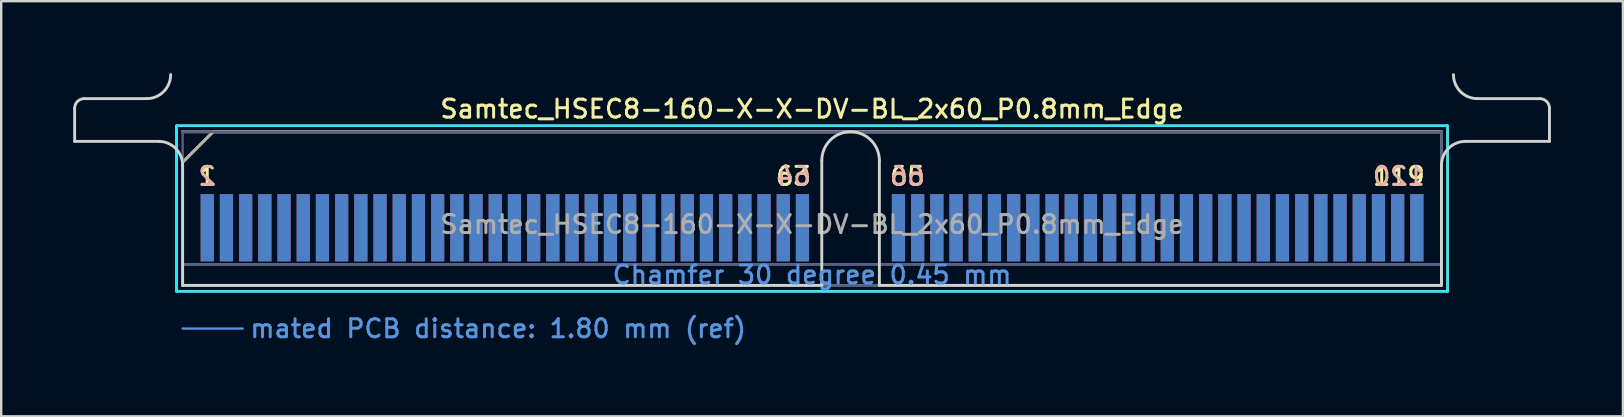
<source format=kicad_pcb>
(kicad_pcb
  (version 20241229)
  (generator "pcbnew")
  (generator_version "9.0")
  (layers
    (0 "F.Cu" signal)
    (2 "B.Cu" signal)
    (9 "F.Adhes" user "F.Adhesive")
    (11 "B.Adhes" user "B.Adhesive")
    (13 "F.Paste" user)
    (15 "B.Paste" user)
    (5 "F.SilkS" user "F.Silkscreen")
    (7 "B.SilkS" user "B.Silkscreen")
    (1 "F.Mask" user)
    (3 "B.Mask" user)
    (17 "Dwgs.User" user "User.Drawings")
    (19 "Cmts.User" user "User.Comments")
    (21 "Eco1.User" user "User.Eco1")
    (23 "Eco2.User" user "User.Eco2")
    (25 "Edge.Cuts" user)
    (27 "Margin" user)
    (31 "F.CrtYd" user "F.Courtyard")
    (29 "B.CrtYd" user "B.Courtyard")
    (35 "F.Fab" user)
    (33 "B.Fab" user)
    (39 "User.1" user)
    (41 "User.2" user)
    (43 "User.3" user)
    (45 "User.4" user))
  (footprint "Samtec_HSEC8-160-X-X-DV-BL_2x60_P0.8mm_Edge"
    (layer "F.Cu")
    (at 30.785 8.84)
    (property "Reference" "Samtec_HSEC8-160-X-X-DV-BL_2x60_P0.8mm_Edge" (at 0 -7.35 0) (layer "F.SilkS") (effects (font (size 0.75 0.75) (thickness 0.125))))
    (attr exclude_from_pos_files exclude_from_bom)
    (fp_line (start -26.48 -6.65) (end -26.48 0.25) (stroke (width 0.1) (type solid)) (layer "F.SilkS"))
    (fp_line (start -26.48 0.25) (end 26.48 0.25) (stroke (width 0.1) (type solid)) (layer "F.SilkS"))
    (fp_line (start -26.225 -5.13) (end -24.955 -6.4) (stroke (width 0.12) (type solid)) (layer "F.SilkS"))
    (fp_line (start -24.955 -6.4) (end 26.225 -6.4) (stroke (width 0.12) (type solid)) (layer "F.SilkS"))
    (fp_line (start 26.48 -6.65) (end -26.48 -6.65) (stroke (width 0.1) (type solid)) (layer "F.SilkS"))
    (fp_line (start 26.48 0.25) (end 26.48 -6.65) (stroke (width 0.1) (type solid)) (layer "F.SilkS"))
    (fp_line (start -26.225 -6.4) (end -26.225 -6.4) (stroke (width 0.12) (type solid)) (layer "B.SilkS"))
    (fp_line (start -26.225 -6.4) (end 26.225 -6.4) (stroke (width 0.12) (type solid)) (layer "B.SilkS"))
    (fp_line (start -26.225 1.8) (end -23.725 1.8) (stroke (width 0.1) (type solid)) (layer "Cmts.User"))
    (fp_line (start -30.725 -6) (end -30.725 -7.38) (stroke (width 0.12) (type solid)) (layer "Edge.Cuts"))
    (fp_line (start -30.325 -7.78) (end -27.725 -7.78) (stroke (width 0.12) (type solid)) (layer "Edge.Cuts"))
    (fp_line (start -27.225 -6) (end -30.725 -6) (stroke (width 0.12) (type solid)) (layer "Edge.Cuts"))
    (fp_line (start -26.225 -5) (end -26.225 0) (stroke (width 0.12) (type solid)) (layer "Edge.Cuts"))
    (fp_line (start -26.225 0) (end 0.405 0) (stroke (width 0.12) (type solid)) (layer "Edge.Cuts"))
    (fp_line (start 0.405 0) (end 0.405 -5.2) (stroke (width 0.12) (type solid)) (layer "Edge.Cuts"))
    (fp_line (start 2.805 -5.2) (end 2.805 0) (stroke (width 0.12) (type solid)) (layer "Edge.Cuts"))
    (fp_line (start 2.805 0) (end 26.225 0) (stroke (width 0.12) (type solid)) (layer "Edge.Cuts"))
    (fp_line (start 26.225 0) (end 26.225 -5) (stroke (width 0.12) (type solid)) (layer "Edge.Cuts"))
    (fp_line (start 27.225 -6) (end 30.725 -6) (stroke (width 0.12) (type solid)) (layer "Edge.Cuts"))
    (fp_line (start 30.325 -7.78) (end 27.725 -7.78) (stroke (width 0.12) (type solid)) (layer "Edge.Cuts"))
    (fp_line (start 30.725 -6) (end 30.725 -7.38) (stroke (width 0.12) (type solid)) (layer "Edge.Cuts"))
    (fp_arc (start -30.725 -7.38) (mid -30.607843 -7.662843) (end -30.325 -7.78) (stroke (width 0.12) (type solid)) (layer "Edge.Cuts"))
    (fp_arc (start -27.225 -6) (mid -26.517893 -5.707107) (end -26.225 -5) (stroke (width 0.12) (type solid)) (layer "Edge.Cuts"))
    (fp_arc (start -26.725 -8.78) (mid -27.017893 -8.072893) (end -27.725 -7.78) (stroke (width 0.12) (type solid)) (layer "Edge.Cuts"))
    (fp_arc (start 0.405 -5.2) (mid 1.605 -6.4) (end 2.805 -5.2) (stroke (width 0.12) (type solid)) (layer "Edge.Cuts"))
    (fp_arc (start 26.225 -5) (mid 26.517893 -5.707107) (end 27.225 -6) (stroke (width 0.12) (type solid)) (layer "Edge.Cuts"))
    (fp_arc (start 27.725 -7.78) (mid 27.017893 -8.072893) (end 26.725 -8.78) (stroke (width 0.12) (type solid)) (layer "Edge.Cuts"))
    (fp_arc (start 30.325 -7.78) (mid 30.607843 -7.662843) (end 30.725 -7.38) (stroke (width 0.12) (type solid)) (layer "Edge.Cuts"))
    (fp_line (start -26.48 -6.65) (end -26.48 0.25) (stroke (width 0.1) (type solid)) (layer "B.CrtYd"))
    (fp_line (start -26.48 0.25) (end 26.48 0.25) (stroke (width 0.1) (type solid)) (layer "B.CrtYd"))
    (fp_line (start 26.48 -6.65) (end -26.48 -6.65) (stroke (width 0.1) (type solid)) (layer "B.CrtYd"))
    (fp_line (start 26.48 0.25) (end 26.48 -6.65) (stroke (width 0.1) (type solid)) (layer "B.CrtYd"))
    (fp_line (start -26.225 -6.4) (end -26.225 -6.4) (stroke (width 0.1) (type solid)) (layer "B.Fab"))
    (fp_line (start -26.225 -6.4) (end -26.225 0) (stroke (width 0.1) (type solid)) (layer "B.Fab"))
    (fp_line (start -26.225 -6.4) (end 26.225 -6.4) (stroke (width 0.1) (type solid)) (layer "B.Fab"))
    (fp_line (start -26.225 -0.88) (end 26.225 -0.88) (stroke (width 0.1) (type solid)) (layer "B.Fab"))
    (fp_line (start -26.225 0) (end 26.225 0) (stroke (width 0.1) (type solid)) (layer "B.Fab"))
    (fp_line (start 26.225 -6.4) (end 26.225 0) (stroke (width 0.1) (type solid)) (layer "B.Fab"))
    (fp_line (start -26.225 -5.13) (end -26.225 0) (stroke (width 0.1) (type solid)) (layer "F.Fab"))
    (fp_line (start -26.225 -5.13) (end -24.955 -6.4) (stroke (width 0.1) (type solid)) (layer "F.Fab"))
    (fp_line (start -26.225 -0.88) (end 26.225 -0.88) (stroke (width 0.1) (type solid)) (layer "F.Fab"))
    (fp_line (start -26.225 0) (end 26.225 0) (stroke (width 0.1) (type solid)) (layer "F.Fab"))
    (fp_line (start -24.955 -6.4) (end 26.225 -6.4) (stroke (width 0.1) (type solid)) (layer "F.Fab"))
    (fp_line (start 26.225 -6.4) (end 26.225 0) (stroke (width 0.1) (type solid)) (layer "F.Fab"))
    (fp_text user "63" (at -0.775 -4.55 0) (layer "F.SilkS") (effects (font (size 0.75 0.75) (thickness 0.125))))
    (fp_text user "65" (at 3.975 -4.55 0) (layer "F.SilkS") (effects (font (size 0.75 0.75) (thickness 0.125))))
    (fp_text user "1" (at -25.2 -4.55 0) (layer "F.SilkS") (effects (font (size 0.75 0.75) (thickness 0.125))))
    (fp_text user "119" (at 24.45 -4.55 0) (layer "F.SilkS") (effects (font (size 0.75 0.75) (thickness 0.125))))
    (fp_text user "2" (at -25.2 -4.55 0) (layer "B.SilkS") (effects (font (size 0.75 0.75) (thickness 0.125)) (justify mirror)))
    (fp_text user "66" (at 3.975 -4.55 0) (layer "B.SilkS") (effects (font (size 0.75 0.75) (thickness 0.125)) (justify mirror)))
    (fp_text user "120" (at 24.45 -4.55 0) (layer "B.SilkS") (effects (font (size 0.75 0.75) (thickness 0.125)) (justify mirror)))
    (fp_text user "64" (at -0.775 -4.55 0) (layer "B.SilkS") (effects (font (size 0.75 0.75) (thickness 0.125)) (justify mirror)))
    (fp_text user "mated PCB distance: 1.80 mm (ref)" (at -23.48 1.8 0) (layer "Cmts.User") (effects (font (size 0.75 0.75) (thickness 0.125)) (justify left)))
    (fp_text user "Chamfer 30 degree 0.45 mm" (at 0 -0.44 0) (layer "Cmts.User") (effects (font (size 0.75 0.75) (thickness 0.125))))
    (fp_text user "${REFERENCE}" (at 0 -2.54 0) (layer "F.Fab") (effects (font (size 0.75 0.75) (thickness 0.125))))
    (pad "1" connect rect (at -25.2 -2.4) (size 0.55 2.8) (layers "F.Cu" "F.Mask"))
    (pad "2" connect rect (at -25.2 -2.4) (size 0.55 2.8) (layers "B.Cu" "B.Mask"))
    (pad "3" connect rect (at -24.4 -2.4) (size 0.55 2.8) (layers "F.Cu" "F.Mask"))
    (pad "4" connect rect (at -24.4 -2.4) (size 0.55 2.8) (layers "B.Cu" "B.Mask"))
    (pad "5" connect rect (at -23.6 -2.4) (size 0.55 2.8) (layers "F.Cu" "F.Mask"))
    (pad "6" connect rect (at -23.6 -2.4) (size 0.55 2.8) (layers "B.Cu" "B.Mask"))
    (pad "7" connect rect (at -22.8 -2.4) (size 0.55 2.8) (layers "F.Cu" "F.Mask"))
    (pad "8" connect rect (at -22.8 -2.4) (size 0.55 2.8) (layers "B.Cu" "B.Mask"))
    (pad "9" connect rect (at -22 -2.4) (size 0.55 2.8) (layers "F.Cu" "F.Mask"))
    (pad "10" connect rect (at -22 -2.4) (size 0.55 2.8) (layers "B.Cu" "B.Mask"))
    (pad "11" connect rect (at -21.2 -2.4) (size 0.55 2.8) (layers "F.Cu" "F.Mask"))
    (pad "12" connect rect (at -21.2 -2.4) (size 0.55 2.8) (layers "B.Cu" "B.Mask"))
    (pad "13" connect rect (at -20.4 -2.4) (size 0.55 2.8) (layers "F.Cu" "F.Mask"))
    (pad "14" connect rect (at -20.4 -2.4) (size 0.55 2.8) (layers "B.Cu" "B.Mask"))
    (pad "15" connect rect (at -19.6 -2.4) (size 0.55 2.8) (layers "F.Cu" "F.Mask"))
    (pad "16" connect rect (at -19.6 -2.4) (size 0.55 2.8) (layers "B.Cu" "B.Mask"))
    (pad "17" connect rect (at -18.8 -2.4) (size 0.55 2.8) (layers "F.Cu" "F.Mask"))
    (pad "18" connect rect (at -18.8 -2.4) (size 0.55 2.8) (layers "B.Cu" "B.Mask"))
    (pad "19" connect rect (at -18 -2.4) (size 0.55 2.8) (layers "F.Cu" "F.Mask"))
    (pad "20" connect rect (at -18 -2.4) (size 0.55 2.8) (layers "B.Cu" "B.Mask"))
    (pad "21" connect rect (at -17.2 -2.4) (size 0.55 2.8) (layers "F.Cu" "F.Mask"))
    (pad "22" connect rect (at -17.2 -2.4) (size 0.55 2.8) (layers "B.Cu" "B.Mask"))
    (pad "23" connect rect (at -16.4 -2.4) (size 0.55 2.8) (layers "F.Cu" "F.Mask"))
    (pad "24" connect rect (at -16.4 -2.4) (size 0.55 2.8) (layers "B.Cu" "B.Mask"))
    (pad "25" connect rect (at -15.6 -2.4) (size 0.55 2.8) (layers "F.Cu" "F.Mask"))
    (pad "26" connect rect (at -15.6 -2.4) (size 0.55 2.8) (layers "B.Cu" "B.Mask"))
    (pad "27" connect rect (at -14.8 -2.4) (size 0.55 2.8) (layers "F.Cu" "F.Mask"))
    (pad "28" connect rect (at -14.8 -2.4) (size 0.55 2.8) (layers "B.Cu" "B.Mask"))
    (pad "29" connect rect (at -14 -2.4) (size 0.55 2.8) (layers "F.Cu" "F.Mask"))
    (pad "30" connect rect (at -14 -2.4) (size 0.55 2.8) (layers "B.Cu" "B.Mask"))
    (pad "31" connect rect (at -13.2 -2.4) (size 0.55 2.8) (layers "F.Cu" "F.Mask"))
    (pad "32" connect rect (at -13.2 -2.4) (size 0.55 2.8) (layers "B.Cu" "B.Mask"))
    (pad "33" connect rect (at -12.4 -2.4) (size 0.55 2.8) (layers "F.Cu" "F.Mask"))
    (pad "34" connect rect (at -12.4 -2.4) (size 0.55 2.8) (layers "B.Cu" "B.Mask"))
    (pad "35" connect rect (at -11.6 -2.4) (size 0.55 2.8) (layers "F.Cu" "F.Mask"))
    (pad "36" connect rect (at -11.6 -2.4) (size 0.55 2.8) (layers "B.Cu" "B.Mask"))
    (pad "37" connect rect (at -10.8 -2.4) (size 0.55 2.8) (layers "F.Cu" "F.Mask"))
    (pad "38" connect rect (at -10.8 -2.4) (size 0.55 2.8) (layers "B.Cu" "B.Mask"))
    (pad "39" connect rect (at -10 -2.4) (size 0.55 2.8) (layers "F.Cu" "F.Mask"))
    (pad "40" connect rect (at -10 -2.4) (size 0.55 2.8) (layers "B.Cu" "B.Mask"))
    (pad "41" connect rect (at -9.2 -2.4) (size 0.55 2.8) (layers "F.Cu" "F.Mask"))
    (pad "42" connect rect (at -9.2 -2.4) (size 0.55 2.8) (layers "B.Cu" "B.Mask"))
    (pad "43" connect rect (at -8.4 -2.4) (size 0.55 2.8) (layers "F.Cu" "F.Mask"))
    (pad "44" connect rect (at -8.4 -2.4) (size 0.55 2.8) (layers "B.Cu" "B.Mask"))
    (pad "45" connect rect (at -7.6 -2.4) (size 0.55 2.8) (layers "F.Cu" "F.Mask"))
    (pad "46" connect rect (at -7.6 -2.4) (size 0.55 2.8) (layers "B.Cu" "B.Mask"))
    (pad "47" connect rect (at -6.8 -2.4) (size 0.55 2.8) (layers "F.Cu" "F.Mask"))
    (pad "48" connect rect (at -6.8 -2.4) (size 0.55 2.8) (layers "B.Cu" "B.Mask"))
    (pad "49" connect rect (at -6 -2.4) (size 0.55 2.8) (layers "F.Cu" "F.Mask"))
    (pad "50" connect rect (at -6 -2.4) (size 0.55 2.8) (layers "B.Cu" "B.Mask"))
    (pad "51" connect rect (at -5.2 -2.4) (size 0.55 2.8) (layers "F.Cu" "F.Mask"))
    (pad "52" connect rect (at -5.2 -2.4) (size 0.55 2.8) (layers "B.Cu" "B.Mask"))
    (pad "53" connect rect (at -4.4 -2.4) (size 0.55 2.8) (layers "F.Cu" "F.Mask"))
    (pad "54" connect rect (at -4.4 -2.4) (size 0.55 2.8) (layers "B.Cu" "B.Mask"))
    (pad "55" connect rect (at -3.6 -2.4) (size 0.55 2.8) (layers "F.Cu" "F.Mask"))
    (pad "56" connect rect (at -3.6 -2.4) (size 0.55 2.8) (layers "B.Cu" "B.Mask"))
    (pad "57" connect rect (at -2.8 -2.4) (size 0.55 2.8) (layers "F.Cu" "F.Mask"))
    (pad "58" connect rect (at -2.8 -2.4) (size 0.55 2.8) (layers "B.Cu" "B.Mask"))
    (pad "59" connect rect (at -2 -2.4) (size 0.55 2.8) (layers "F.Cu" "F.Mask"))
    (pad "60" connect rect (at -2 -2.4) (size 0.55 2.8) (layers "B.Cu" "B.Mask"))
    (pad "61" connect rect (at -1.2 -2.4) (size 0.55 2.8) (layers "F.Cu" "F.Mask"))
    (pad "62" connect rect (at -1.2 -2.4) (size 0.55 2.8) (layers "B.Cu" "B.Mask"))
    (pad "63" connect rect (at -0.4 -2.4) (size 0.55 2.8) (layers "F.Cu" "F.Mask"))
    (pad "64" connect rect (at -0.4 -2.4) (size 0.55 2.8) (layers "B.Cu" "B.Mask"))
    (pad "65" connect rect (at 3.6 -2.4) (size 0.55 2.8) (layers "F.Cu" "F.Mask"))
    (pad "66" connect rect (at 3.6 -2.4) (size 0.55 2.8) (layers "B.Cu" "B.Mask"))
    (pad "67" connect rect (at 4.4 -2.4) (size 0.55 2.8) (layers "F.Cu" "F.Mask"))
    (pad "68" connect rect (at 4.4 -2.4) (size 0.55 2.8) (layers "B.Cu" "B.Mask"))
    (pad "69" connect rect (at 5.2 -2.4) (size 0.55 2.8) (layers "F.Cu" "F.Mask"))
    (pad "70" connect rect (at 5.2 -2.4) (size 0.55 2.8) (layers "B.Cu" "B.Mask"))
    (pad "71" connect rect (at 6 -2.4) (size 0.55 2.8) (layers "F.Cu" "F.Mask"))
    (pad "72" connect rect (at 6 -2.4) (size 0.55 2.8) (layers "B.Cu" "B.Mask"))
    (pad "73" connect rect (at 6.8 -2.4) (size 0.55 2.8) (layers "F.Cu" "F.Mask"))
    (pad "74" connect rect (at 6.8 -2.4) (size 0.55 2.8) (layers "B.Cu" "B.Mask"))
    (pad "75" connect rect (at 7.6 -2.4) (size 0.55 2.8) (layers "F.Cu" "F.Mask"))
    (pad "76" connect rect (at 7.6 -2.4) (size 0.55 2.8) (layers "B.Cu" "B.Mask"))
    (pad "77" connect rect (at 8.4 -2.4) (size 0.55 2.8) (layers "F.Cu" "F.Mask"))
    (pad "78" connect rect (at 8.4 -2.4) (size 0.55 2.8) (layers "B.Cu" "B.Mask"))
    (pad "79" connect rect (at 9.2 -2.4) (size 0.55 2.8) (layers "F.Cu" "F.Mask"))
    (pad "80" connect rect (at 9.2 -2.4) (size 0.55 2.8) (layers "B.Cu" "B.Mask"))
    (pad "81" connect rect (at 10 -2.4) (size 0.55 2.8) (layers "F.Cu" "F.Mask"))
    (pad "82" connect rect (at 10 -2.4) (size 0.55 2.8) (layers "B.Cu" "B.Mask"))
    (pad "83" connect rect (at 10.8 -2.4) (size 0.55 2.8) (layers "F.Cu" "F.Mask"))
    (pad "84" connect rect (at 10.8 -2.4) (size 0.55 2.8) (layers "B.Cu" "B.Mask"))
    (pad "85" connect rect (at 11.6 -2.4) (size 0.55 2.8) (layers "F.Cu" "F.Mask"))
    (pad "86" connect rect (at 11.6 -2.4) (size 0.55 2.8) (layers "B.Cu" "B.Mask"))
    (pad "87" connect rect (at 12.4 -2.4) (size 0.55 2.8) (layers "F.Cu" "F.Mask"))
    (pad "88" connect rect (at 12.4 -2.4) (size 0.55 2.8) (layers "B.Cu" "B.Mask"))
    (pad "89" connect rect (at 13.2 -2.4) (size 0.55 2.8) (layers "F.Cu" "F.Mask"))
    (pad "90" connect rect (at 13.2 -2.4) (size 0.55 2.8) (layers "B.Cu" "B.Mask"))
    (pad "91" connect rect (at 14 -2.4) (size 0.55 2.8) (layers "F.Cu" "F.Mask"))
    (pad "92" connect rect (at 14 -2.4) (size 0.55 2.8) (layers "B.Cu" "B.Mask"))
    (pad "93" connect rect (at 14.8 -2.4) (size 0.55 2.8) (layers "F.Cu" "F.Mask"))
    (pad "94" connect rect (at 14.8 -2.4) (size 0.55 2.8) (layers "B.Cu" "B.Mask"))
    (pad "95" connect rect (at 15.6 -2.4) (size 0.55 2.8) (layers "F.Cu" "F.Mask"))
    (pad "96" connect rect (at 15.6 -2.4) (size 0.55 2.8) (layers "B.Cu" "B.Mask"))
    (pad "97" connect rect (at 16.4 -2.4) (size 0.55 2.8) (layers "F.Cu" "F.Mask"))
    (pad "98" connect rect (at 16.4 -2.4) (size 0.55 2.8) (layers "B.Cu" "B.Mask"))
    (pad "99" connect rect (at 17.2 -2.4) (size 0.55 2.8) (layers "F.Cu" "F.Mask"))
    (pad "100" connect rect (at 17.2 -2.4) (size 0.55 2.8) (layers "B.Cu" "B.Mask"))
    (pad "101" connect rect (at 18 -2.4) (size 0.55 2.8) (layers "F.Cu" "F.Mask"))
    (pad "102" connect rect (at 18 -2.4) (size 0.55 2.8) (layers "B.Cu" "B.Mask"))
    (pad "103" connect rect (at 18.8 -2.4) (size 0.55 2.8) (layers "F.Cu" "F.Mask"))
    (pad "104" connect rect (at 18.8 -2.4) (size 0.55 2.8) (layers "B.Cu" "B.Mask"))
    (pad "105" connect rect (at 19.6 -2.4) (size 0.55 2.8) (layers "F.Cu" "F.Mask"))
    (pad "106" connect rect (at 19.6 -2.4) (size 0.55 2.8) (layers "B.Cu" "B.Mask"))
    (pad "107" connect rect (at 20.4 -2.4) (size 0.55 2.8) (layers "F.Cu" "F.Mask"))
    (pad "108" connect rect (at 20.4 -2.4) (size 0.55 2.8) (layers "B.Cu" "B.Mask"))
    (pad "109" connect rect (at 21.2 -2.4) (size 0.55 2.8) (layers "F.Cu" "F.Mask"))
    (pad "110" connect rect (at 21.2 -2.4) (size 0.55 2.8) (layers "B.Cu" "B.Mask"))
    (pad "111" connect rect (at 22 -2.4) (size 0.55 2.8) (layers "F.Cu" "F.Mask"))
    (pad "112" connect rect (at 22 -2.4) (size 0.55 2.8) (layers "B.Cu" "B.Mask"))
    (pad "113" connect rect (at 22.8 -2.4) (size 0.55 2.8) (layers "F.Cu" "F.Mask"))
    (pad "114" connect rect (at 22.8 -2.4) (size 0.55 2.8) (layers "B.Cu" "B.Mask"))
    (pad "115" connect rect (at 23.6 -2.4) (size 0.55 2.8) (layers "F.Cu" "F.Mask"))
    (pad "116" connect rect (at 23.6 -2.4) (size 0.55 2.8) (layers "B.Cu" "B.Mask"))
    (pad "117" connect rect (at 24.4 -2.4) (size 0.55 2.8) (layers "F.Cu" "F.Mask"))
    (pad "118" connect rect (at 24.4 -2.4) (size 0.55 2.8) (layers "B.Cu" "B.Mask"))
    (pad "119" connect rect (at 25.2 -2.4) (size 0.55 2.8) (layers "F.Cu" "F.Mask"))
    (pad "120" connect rect (at 25.2 -2.4) (size 0.55 2.8) (layers "B.Cu" "B.Mask")))
  (gr_rect
    (start -3 -3)
    (end 64.57 14.298)
    (stroke (width 0.1) (type default))
    (fill no)
    (layer "Edge.Cuts")))
</source>
